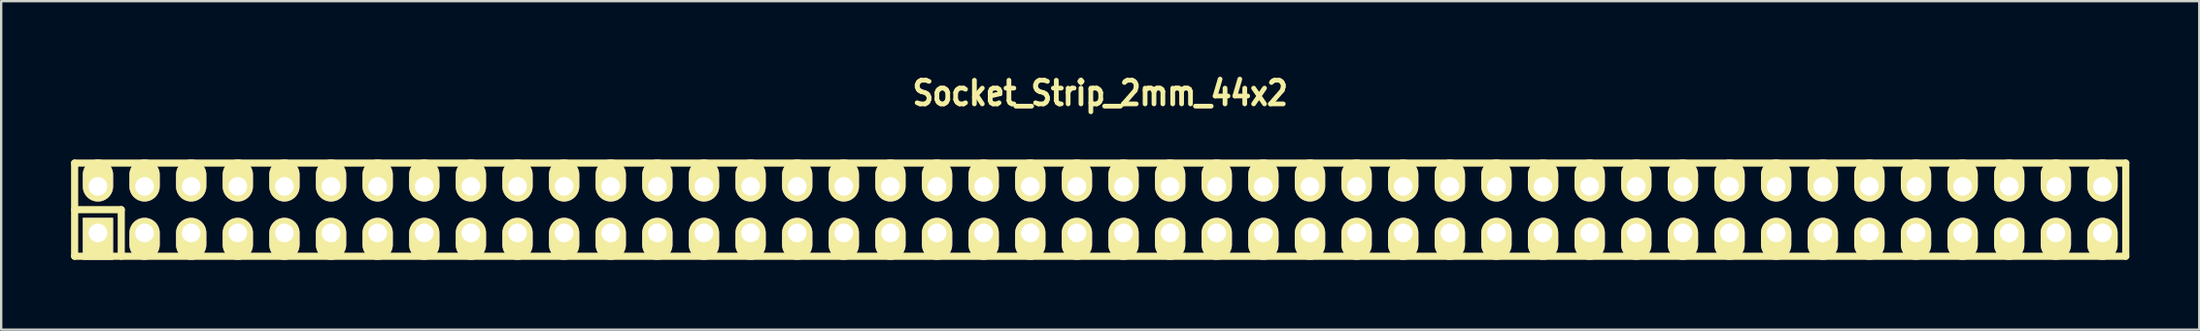
<source format=kicad_pcb>
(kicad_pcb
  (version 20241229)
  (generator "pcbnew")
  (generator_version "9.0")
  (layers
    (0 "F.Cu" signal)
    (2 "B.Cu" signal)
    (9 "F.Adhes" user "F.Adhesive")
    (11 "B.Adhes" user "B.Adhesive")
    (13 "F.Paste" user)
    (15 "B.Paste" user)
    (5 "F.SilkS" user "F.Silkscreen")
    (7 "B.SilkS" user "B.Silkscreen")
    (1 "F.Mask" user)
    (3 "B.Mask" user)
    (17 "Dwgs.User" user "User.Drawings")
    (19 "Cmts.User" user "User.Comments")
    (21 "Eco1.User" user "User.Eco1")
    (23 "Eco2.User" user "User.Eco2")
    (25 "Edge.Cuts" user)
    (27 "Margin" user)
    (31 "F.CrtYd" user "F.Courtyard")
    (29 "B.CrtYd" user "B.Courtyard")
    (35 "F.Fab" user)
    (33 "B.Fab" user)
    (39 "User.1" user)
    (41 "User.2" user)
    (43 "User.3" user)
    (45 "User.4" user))
  (footprint "Socket_Strip_2mm_44x2"
    (layer "F.Cu")
    (at 44.152 5.951)
    (property "Reference" "Socket_Strip_2mm_44x2" (at 0 -5 0) (layer "F.SilkS") (effects (font (size 1.016 0.889) (thickness 0.203))))
    (attr through_hole)
    (fp_line (start -44 -2) (end 44 -2) (stroke (width 0.305) (type solid)) (layer "F.SilkS"))
    (fp_line (start -44 0) (end -42 0) (stroke (width 0.305) (type solid)) (layer "F.SilkS"))
    (fp_line (start -44 2) (end -44 -2) (stroke (width 0.305) (type solid)) (layer "F.SilkS"))
    (fp_line (start -42 0) (end -42 2) (stroke (width 0.305) (type solid)) (layer "F.SilkS"))
    (fp_line (start 44 -2) (end 44 2) (stroke (width 0.305) (type solid)) (layer "F.SilkS"))
    (fp_line (start 44 2) (end -44 2) (stroke (width 0.305) (type solid)) (layer "F.SilkS"))
    (pad "1" thru_hole rect (at -43 1) (size 1.3 1.8) (drill 0.8 (offset 0 0.25)) (layers "*.Cu" "*.Mask" "F.SilkS"))
    (pad "2" thru_hole oval (at -43 -1) (size 1.3 1.8) (drill 0.8 (offset 0 -0.25)) (layers "*.Cu" "*.Mask" "F.SilkS"))
    (pad "3" thru_hole oval (at -41 1) (size 1.3 1.8) (drill 0.8 (offset 0 0.25)) (layers "*.Cu" "*.Mask" "F.SilkS"))
    (pad "4" thru_hole oval (at -41 -1) (size 1.3 1.8) (drill 0.8 (offset 0 -0.25)) (layers "*.Cu" "*.Mask" "F.SilkS"))
    (pad "5" thru_hole oval (at -39 1) (size 1.3 1.8) (drill 0.8 (offset 0 0.25)) (layers "*.Cu" "*.Mask" "F.SilkS"))
    (pad "6" thru_hole oval (at -39 -1) (size 1.3 1.8) (drill 0.8 (offset 0 -0.25)) (layers "*.Cu" "*.Mask" "F.SilkS"))
    (pad "7" thru_hole oval (at -37 1) (size 1.3 1.8) (drill 0.8 (offset 0 0.25)) (layers "*.Cu" "*.Mask" "F.SilkS"))
    (pad "8" thru_hole oval (at -37 -1) (size 1.3 1.8) (drill 0.8 (offset 0 -0.25)) (layers "*.Cu" "*.Mask" "F.SilkS"))
    (pad "9" thru_hole oval (at -35 1) (size 1.3 1.8) (drill 0.8 (offset 0 0.25)) (layers "*.Cu" "*.Mask" "F.SilkS"))
    (pad "10" thru_hole oval (at -35 -1) (size 1.3 1.8) (drill 0.8 (offset 0 -0.25)) (layers "*.Cu" "*.Mask" "F.SilkS"))
    (pad "11" thru_hole oval (at -33 1) (size 1.3 1.8) (drill 0.8 (offset 0 0.25)) (layers "*.Cu" "*.Mask" "F.SilkS"))
    (pad "12" thru_hole oval (at -33 -1) (size 1.3 1.8) (drill 0.8 (offset 0 -0.25)) (layers "*.Cu" "*.Mask" "F.SilkS"))
    (pad "13" thru_hole oval (at -31 1) (size 1.3 1.8) (drill 0.8 (offset 0 0.25)) (layers "*.Cu" "*.Mask" "F.SilkS"))
    (pad "14" thru_hole oval (at -31 -1) (size 1.3 1.8) (drill 0.8 (offset 0 -0.25)) (layers "*.Cu" "*.Mask" "F.SilkS"))
    (pad "15" thru_hole oval (at -29 1) (size 1.3 1.8) (drill 0.8 (offset 0 0.25)) (layers "*.Cu" "*.Mask" "F.SilkS"))
    (pad "16" thru_hole oval (at -29 -1) (size 1.3 1.8) (drill 0.8 (offset 0 -0.25)) (layers "*.Cu" "*.Mask" "F.SilkS"))
    (pad "17" thru_hole oval (at -27 1) (size 1.3 1.8) (drill 0.8 (offset 0 0.25)) (layers "*.Cu" "*.Mask" "F.SilkS"))
    (pad "18" thru_hole oval (at -27 -1) (size 1.3 1.8) (drill 0.8 (offset 0 -0.25)) (layers "*.Cu" "*.Mask" "F.SilkS"))
    (pad "19" thru_hole oval (at -25 1) (size 1.3 1.8) (drill 0.8 (offset 0 0.25)) (layers "*.Cu" "*.Mask" "F.SilkS"))
    (pad "20" thru_hole oval (at -25 -1) (size 1.3 1.8) (drill 0.8 (offset 0 -0.25)) (layers "*.Cu" "*.Mask" "F.SilkS"))
    (pad "21" thru_hole oval (at -23 1) (size 1.3 1.8) (drill 0.8 (offset 0 0.25)) (layers "*.Cu" "*.Mask" "F.SilkS"))
    (pad "22" thru_hole oval (at -23 -1) (size 1.3 1.8) (drill 0.8 (offset 0 -0.25)) (layers "*.Cu" "*.Mask" "F.SilkS"))
    (pad "23" thru_hole oval (at -21 1) (size 1.3 1.8) (drill 0.8 (offset 0 0.25)) (layers "*.Cu" "*.Mask" "F.SilkS"))
    (pad "24" thru_hole oval (at -21 -1) (size 1.3 1.8) (drill 0.8 (offset 0 -0.25)) (layers "*.Cu" "*.Mask" "F.SilkS"))
    (pad "25" thru_hole oval (at -19 1) (size 1.3 1.8) (drill 0.8 (offset 0 0.25)) (layers "*.Cu" "*.Mask" "F.SilkS"))
    (pad "26" thru_hole oval (at -19 -1) (size 1.3 1.8) (drill 0.8 (offset 0 -0.25)) (layers "*.Cu" "*.Mask" "F.SilkS"))
    (pad "27" thru_hole oval (at -17 1) (size 1.3 1.8) (drill 0.8 (offset 0 0.25)) (layers "*.Cu" "*.Mask" "F.SilkS"))
    (pad "28" thru_hole oval (at -17 -1) (size 1.3 1.8) (drill 0.8 (offset 0 -0.25)) (layers "*.Cu" "*.Mask" "F.SilkS"))
    (pad "29" thru_hole oval (at -15 1) (size 1.3 1.8) (drill 0.8 (offset 0 0.25)) (layers "*.Cu" "*.Mask" "F.SilkS"))
    (pad "30" thru_hole oval (at -15 -1) (size 1.3 1.8) (drill 0.8 (offset 0 -0.25)) (layers "*.Cu" "*.Mask" "F.SilkS"))
    (pad "31" thru_hole oval (at -13 1) (size 1.3 1.8) (drill 0.8 (offset 0 0.25)) (layers "*.Cu" "*.Mask" "F.SilkS"))
    (pad "32" thru_hole oval (at -13 -1) (size 1.3 1.8) (drill 0.8 (offset 0 -0.25)) (layers "*.Cu" "*.Mask" "F.SilkS"))
    (pad "33" thru_hole oval (at -11 1) (size 1.3 1.8) (drill 0.8 (offset 0 0.25)) (layers "*.Cu" "*.Mask" "F.SilkS"))
    (pad "34" thru_hole oval (at -11 -1) (size 1.3 1.8) (drill 0.8 (offset 0 -0.25)) (layers "*.Cu" "*.Mask" "F.SilkS"))
    (pad "35" thru_hole oval (at -9 1) (size 1.3 1.8) (drill 0.8 (offset 0 0.25)) (layers "*.Cu" "*.Mask" "F.SilkS"))
    (pad "36" thru_hole oval (at -9 -1) (size 1.3 1.8) (drill 0.8 (offset 0 -0.25)) (layers "*.Cu" "*.Mask" "F.SilkS"))
    (pad "37" thru_hole oval (at -7 1) (size 1.3 1.8) (drill 0.8 (offset 0 0.25)) (layers "*.Cu" "*.Mask" "F.SilkS"))
    (pad "38" thru_hole oval (at -7 -1) (size 1.3 1.8) (drill 0.8 (offset 0 -0.25)) (layers "*.Cu" "*.Mask" "F.SilkS"))
    (pad "39" thru_hole oval (at -5 1) (size 1.3 1.8) (drill 0.8 (offset 0 0.25)) (layers "*.Cu" "*.Mask" "F.SilkS"))
    (pad "40" thru_hole oval (at -5 -1) (size 1.3 1.8) (drill 0.8 (offset 0 -0.25)) (layers "*.Cu" "*.Mask" "F.SilkS"))
    (pad "41" thru_hole oval (at -3 1) (size 1.3 1.8) (drill 0.8 (offset 0 0.25)) (layers "*.Cu" "*.Mask" "F.SilkS"))
    (pad "42" thru_hole oval (at -3 -1) (size 1.3 1.8) (drill 0.8 (offset 0 -0.25)) (layers "*.Cu" "*.Mask" "F.SilkS"))
    (pad "43" thru_hole oval (at -1 1) (size 1.3 1.8) (drill 0.8 (offset 0 0.25)) (layers "*.Cu" "*.Mask" "F.SilkS"))
    (pad "44" thru_hole oval (at -1 -1) (size 1.3 1.8) (drill 0.8 (offset 0 -0.25)) (layers "*.Cu" "*.Mask" "F.SilkS"))
    (pad "45" thru_hole oval (at 1 1) (size 1.3 1.8) (drill 0.8 (offset 0 0.25)) (layers "*.Cu" "*.Mask" "F.SilkS"))
    (pad "46" thru_hole oval (at 1 -1) (size 1.3 1.8) (drill 0.8 (offset 0 -0.25)) (layers "*.Cu" "*.Mask" "F.SilkS"))
    (pad "47" thru_hole oval (at 3 1) (size 1.3 1.8) (drill 0.8 (offset 0 0.25)) (layers "*.Cu" "*.Mask" "F.SilkS"))
    (pad "48" thru_hole oval (at 3 -1) (size 1.3 1.8) (drill 0.8 (offset 0 -0.25)) (layers "*.Cu" "*.Mask" "F.SilkS"))
    (pad "49" thru_hole oval (at 5 1) (size 1.3 1.8) (drill 0.8 (offset 0 0.25)) (layers "*.Cu" "*.Mask" "F.SilkS"))
    (pad "50" thru_hole oval (at 5 -1) (size 1.3 1.8) (drill 0.8 (offset 0 -0.25)) (layers "*.Cu" "*.Mask" "F.SilkS"))
    (pad "51" thru_hole oval (at 7 1) (size 1.3 1.8) (drill 0.8 (offset 0 0.25)) (layers "*.Cu" "*.Mask" "F.SilkS"))
    (pad "52" thru_hole oval (at 7 -1) (size 1.3 1.8) (drill 0.8 (offset 0 -0.25)) (layers "*.Cu" "*.Mask" "F.SilkS"))
    (pad "53" thru_hole oval (at 9 1) (size 1.3 1.8) (drill 0.8 (offset 0 0.25)) (layers "*.Cu" "*.Mask" "F.SilkS"))
    (pad "54" thru_hole oval (at 9 -1) (size 1.3 1.8) (drill 0.8 (offset 0 -0.25)) (layers "*.Cu" "*.Mask" "F.SilkS"))
    (pad "55" thru_hole oval (at 11 1) (size 1.3 1.8) (drill 0.8 (offset 0 0.25)) (layers "*.Cu" "*.Mask" "F.SilkS"))
    (pad "56" thru_hole oval (at 11 -1) (size 1.3 1.8) (drill 0.8 (offset 0 -0.25)) (layers "*.Cu" "*.Mask" "F.SilkS"))
    (pad "57" thru_hole oval (at 13 1) (size 1.3 1.8) (drill 0.8 (offset 0 0.25)) (layers "*.Cu" "*.Mask" "F.SilkS"))
    (pad "58" thru_hole oval (at 13 -1) (size 1.3 1.8) (drill 0.8 (offset 0 -0.25)) (layers "*.Cu" "*.Mask" "F.SilkS"))
    (pad "59" thru_hole oval (at 15 1) (size 1.3 1.8) (drill 0.8 (offset 0 0.25)) (layers "*.Cu" "*.Mask" "F.SilkS"))
    (pad "60" thru_hole oval (at 15 -1) (size 1.3 1.8) (drill 0.8 (offset 0 -0.25)) (layers "*.Cu" "*.Mask" "F.SilkS"))
    (pad "61" thru_hole oval (at 17 1) (size 1.3 1.8) (drill 0.8 (offset 0 0.25)) (layers "*.Cu" "*.Mask" "F.SilkS"))
    (pad "62" thru_hole oval (at 17 -1) (size 1.3 1.8) (drill 0.8 (offset 0 -0.25)) (layers "*.Cu" "*.Mask" "F.SilkS"))
    (pad "63" thru_hole oval (at 19 1) (size 1.3 1.8) (drill 0.8 (offset 0 0.25)) (layers "*.Cu" "*.Mask" "F.SilkS"))
    (pad "64" thru_hole oval (at 19 -1) (size 1.3 1.8) (drill 0.8 (offset 0 -0.25)) (layers "*.Cu" "*.Mask" "F.SilkS"))
    (pad "65" thru_hole oval (at 21 1) (size 1.3 1.8) (drill 0.8 (offset 0 0.25)) (layers "*.Cu" "*.Mask" "F.SilkS"))
    (pad "66" thru_hole oval (at 21 -1) (size 1.3 1.8) (drill 0.8 (offset 0 -0.25)) (layers "*.Cu" "*.Mask" "F.SilkS"))
    (pad "67" thru_hole oval (at 23 1) (size 1.3 1.8) (drill 0.8 (offset 0 0.25)) (layers "*.Cu" "*.Mask" "F.SilkS"))
    (pad "68" thru_hole oval (at 23 -1) (size 1.3 1.8) (drill 0.8 (offset 0 -0.25)) (layers "*.Cu" "*.Mask" "F.SilkS"))
    (pad "69" thru_hole oval (at 25 1) (size 1.3 1.8) (drill 0.8 (offset 0 0.25)) (layers "*.Cu" "*.Mask" "F.SilkS"))
    (pad "70" thru_hole oval (at 25 -1) (size 1.3 1.8) (drill 0.8 (offset 0 -0.25)) (layers "*.Cu" "*.Mask" "F.SilkS"))
    (pad "71" thru_hole oval (at 27 1) (size 1.3 1.8) (drill 0.8 (offset 0 0.25)) (layers "*.Cu" "*.Mask" "F.SilkS"))
    (pad "72" thru_hole oval (at 27 -1) (size 1.3 1.8) (drill 0.8 (offset 0 -0.25)) (layers "*.Cu" "*.Mask" "F.SilkS"))
    (pad "73" thru_hole oval (at 29 1) (size 1.3 1.8) (drill 0.8 (offset 0 0.25)) (layers "*.Cu" "*.Mask" "F.SilkS"))
    (pad "74" thru_hole oval (at 29 -1) (size 1.3 1.8) (drill 0.8 (offset 0 -0.25)) (layers "*.Cu" "*.Mask" "F.SilkS"))
    (pad "75" thru_hole oval (at 31 1) (size 1.3 1.8) (drill 0.8 (offset 0 0.25)) (layers "*.Cu" "*.Mask" "F.SilkS"))
    (pad "76" thru_hole oval (at 31 -1) (size 1.3 1.8) (drill 0.8 (offset 0 -0.25)) (layers "*.Cu" "*.Mask" "F.SilkS"))
    (pad "77" thru_hole oval (at 33 1) (size 1.3 1.8) (drill 0.8 (offset 0 0.25)) (layers "*.Cu" "*.Mask" "F.SilkS"))
    (pad "78" thru_hole oval (at 33 -1) (size 1.3 1.8) (drill 0.8 (offset 0 -0.25)) (layers "*.Cu" "*.Mask" "F.SilkS"))
    (pad "79" thru_hole oval (at 35 1) (size 1.3 1.8) (drill 0.8 (offset 0 0.25)) (layers "*.Cu" "*.Mask" "F.SilkS"))
    (pad "80" thru_hole oval (at 35 -1) (size 1.3 1.8) (drill 0.8 (offset 0 -0.25)) (layers "*.Cu" "*.Mask" "F.SilkS"))
    (pad "81" thru_hole oval (at 37 1) (size 1.3 1.8) (drill 0.8 (offset 0 0.25)) (layers "*.Cu" "*.Mask" "F.SilkS"))
    (pad "82" thru_hole oval (at 37 -1) (size 1.3 1.8) (drill 0.8 (offset 0 -0.25)) (layers "*.Cu" "*.Mask" "F.SilkS"))
    (pad "83" thru_hole oval (at 39 1) (size 1.3 1.8) (drill 0.8 (offset 0 0.25)) (layers "*.Cu" "*.Mask" "F.SilkS"))
    (pad "84" thru_hole oval (at 39 -1) (size 1.3 1.8) (drill 0.8 (offset 0 -0.25)) (layers "*.Cu" "*.Mask" "F.SilkS"))
    (pad "85" thru_hole oval (at 41 1) (size 1.3 1.8) (drill 0.8 (offset 0 0.25)) (layers "*.Cu" "*.Mask" "F.SilkS"))
    (pad "86" thru_hole oval (at 41 -1) (size 1.3 1.8) (drill 0.8 (offset 0 -0.25)) (layers "*.Cu" "*.Mask" "F.SilkS"))
    (pad "87" thru_hole oval (at 43 1) (size 1.3 1.8) (drill 0.8 (offset 0 0.25)) (layers "*.Cu" "*.Mask" "F.SilkS"))
    (pad "88" thru_hole oval (at 43 -1) (size 1.3 1.8) (drill 0.8 (offset 0 -0.25)) (layers "*.Cu" "*.Mask" "F.SilkS")))
  (gr_rect
    (start -3 -3)
    (end 91.305 11.103)
    (stroke (width 0.1) (type default))
    (fill no)
    (layer "Edge.Cuts")))
</source>
